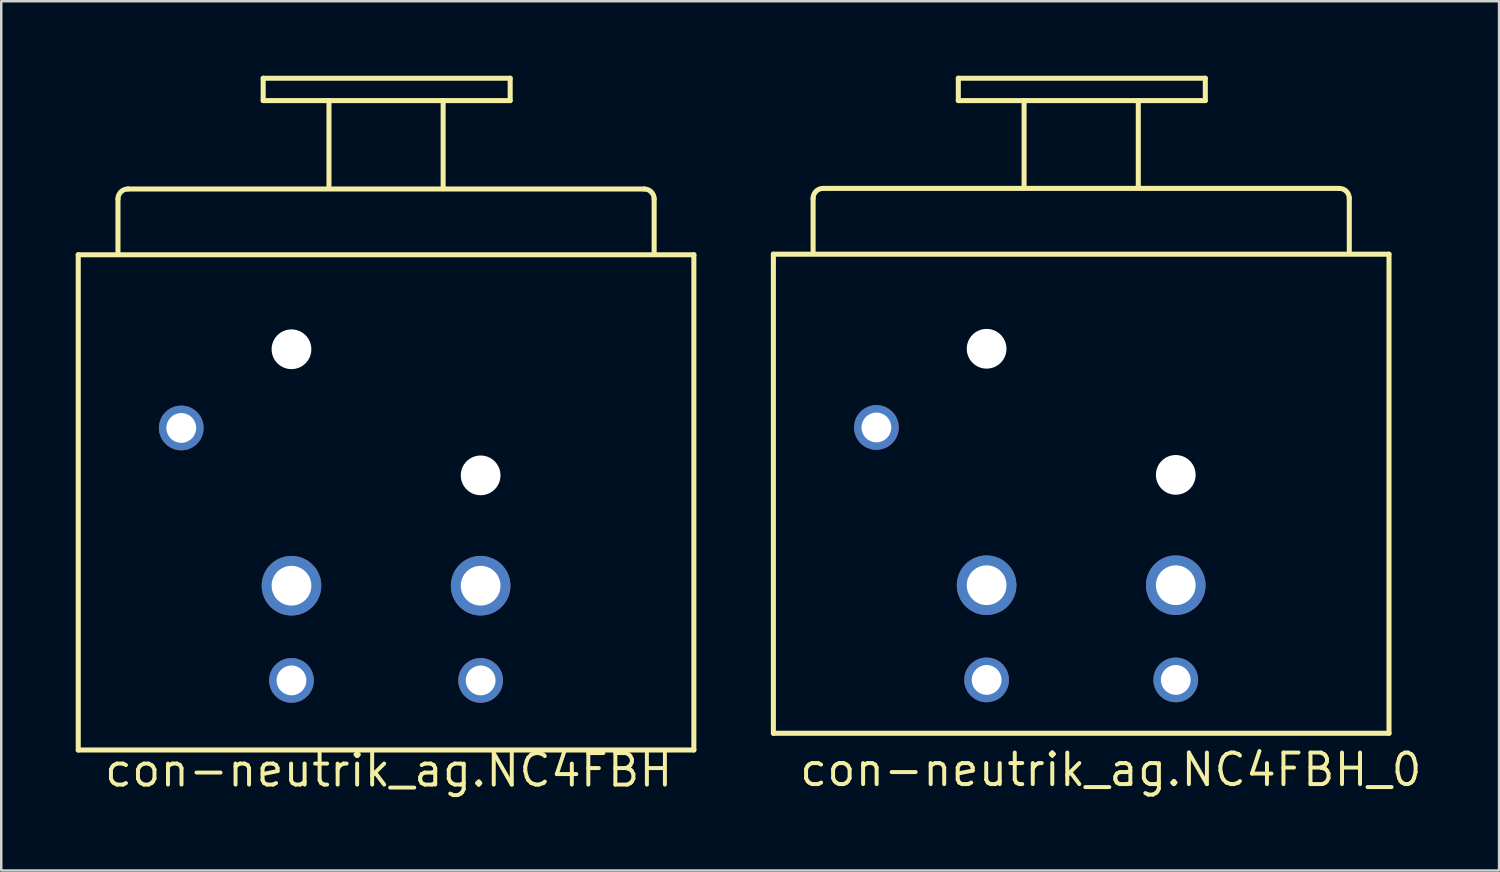
<source format=kicad_pcb>
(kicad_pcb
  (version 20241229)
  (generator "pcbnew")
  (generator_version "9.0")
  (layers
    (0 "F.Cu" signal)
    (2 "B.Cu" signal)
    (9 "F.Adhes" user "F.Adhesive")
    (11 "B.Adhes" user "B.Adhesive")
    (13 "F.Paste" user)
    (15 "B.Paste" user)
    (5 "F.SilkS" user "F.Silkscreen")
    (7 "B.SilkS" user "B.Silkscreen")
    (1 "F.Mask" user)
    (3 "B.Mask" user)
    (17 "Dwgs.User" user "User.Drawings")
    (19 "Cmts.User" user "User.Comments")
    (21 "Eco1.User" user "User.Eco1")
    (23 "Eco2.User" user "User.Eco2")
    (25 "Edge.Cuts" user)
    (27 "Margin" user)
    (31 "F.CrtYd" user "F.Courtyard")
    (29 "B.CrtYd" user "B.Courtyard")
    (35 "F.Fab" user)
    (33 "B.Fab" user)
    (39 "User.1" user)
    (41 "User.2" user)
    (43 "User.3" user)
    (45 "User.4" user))
  (footprint "con-neutrik_ag.NC4FBH_0"
    (layer "F.Cu")
    (at 40.505 24.89)
    (property "Reference" "con-neutrik_ag.NC4FBH_0" (at -11.43 3.81 0) (layer "F.SilkS") (effects (font (size 1.27 1.27) (thickness 0.16)) (justify left bottom)))
    (attr through_hole)
    (fp_line (start -12.4 -17.7) (end 12.4 -17.7) (stroke (width 0.203) (type default)) (layer "F.SilkS"))
    (fp_line (start -12.4 1.6) (end -12.4 -17.7) (stroke (width 0.203) (type default)) (layer "F.SilkS"))
    (fp_line (start -10.8 -17.8) (end -10.8 -19.95) (stroke (width 0.203) (type default)) (layer "F.SilkS"))
    (fp_line (start -10.4 -20.35) (end 10.4 -20.35) (stroke (width 0.203) (type default)) (layer "F.SilkS"))
    (fp_line (start -4.95 -24.788) (end 5 -24.788) (stroke (width 0.203) (type default)) (layer "F.SilkS"))
    (fp_line (start -4.95 -23.888) (end -4.95 -24.788) (stroke (width 0.203) (type default)) (layer "F.SilkS"))
    (fp_line (start -2.3 -23.888) (end -4.95 -23.888) (stroke (width 0.203) (type default)) (layer "F.SilkS"))
    (fp_line (start -2.3 -23.888) (end 2.25 -23.888) (stroke (width 0.203) (type default)) (layer "F.SilkS"))
    (fp_line (start -2.3 -20.438) (end -2.3 -23.888) (stroke (width 0.203) (type default)) (layer "F.SilkS"))
    (fp_line (start 2.3 -23.888) (end 2.3 -20.438) (stroke (width 0.203) (type default)) (layer "F.SilkS"))
    (fp_line (start 5 -24.788) (end 5 -23.888) (stroke (width 0.203) (type default)) (layer "F.SilkS"))
    (fp_line (start 5 -23.888) (end 2.3 -23.888) (stroke (width 0.203) (type default)) (layer "F.SilkS"))
    (fp_line (start 10.8 -19.95) (end 10.8 -17.8) (stroke (width 0.203) (type default)) (layer "F.SilkS"))
    (fp_line (start 12.4 -17.7) (end 12.4 1.6) (stroke (width 0.203) (type default)) (layer "F.SilkS"))
    (fp_line (start 12.4 1.6) (end -12.4 1.6) (stroke (width 0.203) (type default)) (layer "F.SilkS"))
    (fp_arc (start -10.8 -19.95) (mid -10.682843 -20.232843) (end -10.4 -20.35) (stroke (width 0.2032) (type default)) (layer "F.SilkS"))
    (fp_arc (start 10.4 -20.35) (mid 10.682843 -20.232843) (end 10.8 -19.95) (stroke (width 0.2032) (type default)) (layer "F.SilkS"))
    (pad "" np_thru_hole circle (at -3.81 -13.89) (size 1.6 1.6) (drill 1.6) (layers "*.Cu" "*.Mask"))
    (pad "" np_thru_hole circle (at 3.81 -8.81) (size 1.6 1.6) (drill 1.6) (layers "*.Cu" "*.Mask"))
    (pad "1" thru_hole circle (at -3.81 -0.55) (size 1.8 1.8) (drill 1.2) (layers "*.Cu" "*.Mask"))
    (pad "2" thru_hole circle (at -3.81 -4.365) (size 2.4 2.4) (drill 1.6) (layers "*.Cu" "*.Mask"))
    (pad "3" thru_hole circle (at 3.81 -4.365) (size 2.4 2.4) (drill 1.6) (layers "*.Cu" "*.Mask"))
    (pad "4" thru_hole circle (at 3.81 -0.55) (size 1.8 1.8) (drill 1.2) (layers "*.Cu" "*.Mask"))
    (pad "G" thru_hole circle (at -8.25 -10.72) (size 1.8 1.8) (drill 1.2) (layers "*.Cu" "*.Mask")))
  (footprint "con-neutrik_ag.NC4FBH"
    (layer "F.Cu")
    (at 12.502 24.91)
    (property "Reference" "con-neutrik_ag.NC4FBH" (at -11.43 3.81 0) (layer "F.SilkS") (effects (font (size 1.27 1.27) (thickness 0.16)) (justify left bottom)))
    (attr through_hole)
    (fp_line (start -12.4 -17.697) (end 12.4 -17.697) (stroke (width 0.203) (type default)) (layer "F.SilkS"))
    (fp_line (start -12.4 2.253) (end -12.4 -17.697) (stroke (width 0.203) (type default)) (layer "F.SilkS"))
    (fp_line (start -10.8 -17.797) (end -10.8 -19.947) (stroke (width 0.203) (type default)) (layer "F.SilkS"))
    (fp_line (start -10.4 -20.347) (end 10.4 -20.347) (stroke (width 0.203) (type default)) (layer "F.SilkS"))
    (fp_line (start -4.95 -24.808) (end 5 -24.808) (stroke (width 0.203) (type default)) (layer "F.SilkS"))
    (fp_line (start -4.95 -23.908) (end -4.95 -24.808) (stroke (width 0.203) (type default)) (layer "F.SilkS"))
    (fp_line (start -2.3 -23.908) (end -4.95 -23.908) (stroke (width 0.203) (type default)) (layer "F.SilkS"))
    (fp_line (start -2.3 -23.908) (end 2.25 -23.908) (stroke (width 0.203) (type default)) (layer "F.SilkS"))
    (fp_line (start -2.3 -20.458) (end -2.3 -23.908) (stroke (width 0.203) (type default)) (layer "F.SilkS"))
    (fp_line (start 2.3 -23.908) (end 2.3 -20.458) (stroke (width 0.203) (type default)) (layer "F.SilkS"))
    (fp_line (start 5 -24.808) (end 5 -23.908) (stroke (width 0.203) (type default)) (layer "F.SilkS"))
    (fp_line (start 5 -23.908) (end 2.3 -23.908) (stroke (width 0.203) (type default)) (layer "F.SilkS"))
    (fp_line (start 10.8 -19.947) (end 10.8 -17.797) (stroke (width 0.203) (type default)) (layer "F.SilkS"))
    (fp_line (start 12.4 -17.697) (end 12.4 2.253) (stroke (width 0.203) (type default)) (layer "F.SilkS"))
    (fp_line (start 12.4 2.253) (end -12.4 2.253) (stroke (width 0.203) (type default)) (layer "F.SilkS"))
    (fp_arc (start -10.8 -19.9469) (mid -10.682843 -20.229743) (end -10.4 -20.3469) (stroke (width 0.2032) (type default)) (layer "F.SilkS"))
    (fp_arc (start 10.4 -20.3469) (mid 10.682843 -20.229743) (end 10.8 -19.9469) (stroke (width 0.2032) (type default)) (layer "F.SilkS"))
    (pad "" np_thru_hole circle (at -3.81 -13.89) (size 1.6 1.6) (drill 1.6) (layers "*.Cu" "*.Mask"))
    (pad "" np_thru_hole circle (at 3.81 -8.81) (size 1.6 1.6) (drill 1.6) (layers "*.Cu" "*.Mask"))
    (pad "1" thru_hole circle (at -3.81 -0.55) (size 1.8 1.8) (drill 1.2) (layers "*.Cu" "*.Mask"))
    (pad "2" thru_hole circle (at -3.81 -4.365) (size 2.4 2.4) (drill 1.6) (layers "*.Cu" "*.Mask"))
    (pad "3" thru_hole circle (at 3.81 -4.365) (size 2.4 2.4) (drill 1.6) (layers "*.Cu" "*.Mask"))
    (pad "4" thru_hole circle (at 3.81 -0.55) (size 1.8 1.8) (drill 1.2) (layers "*.Cu" "*.Mask"))
    (pad "G" thru_hole circle (at -8.25 -10.72) (size 1.8 1.8) (drill 1.2) (layers "*.Cu" "*.Mask")))
  (gr_rect
    (start -3 -3)
    (end 57.338 32.017)
    (stroke (width 0.1) (type default))
    (fill no)
    (layer "Edge.Cuts")))
</source>
